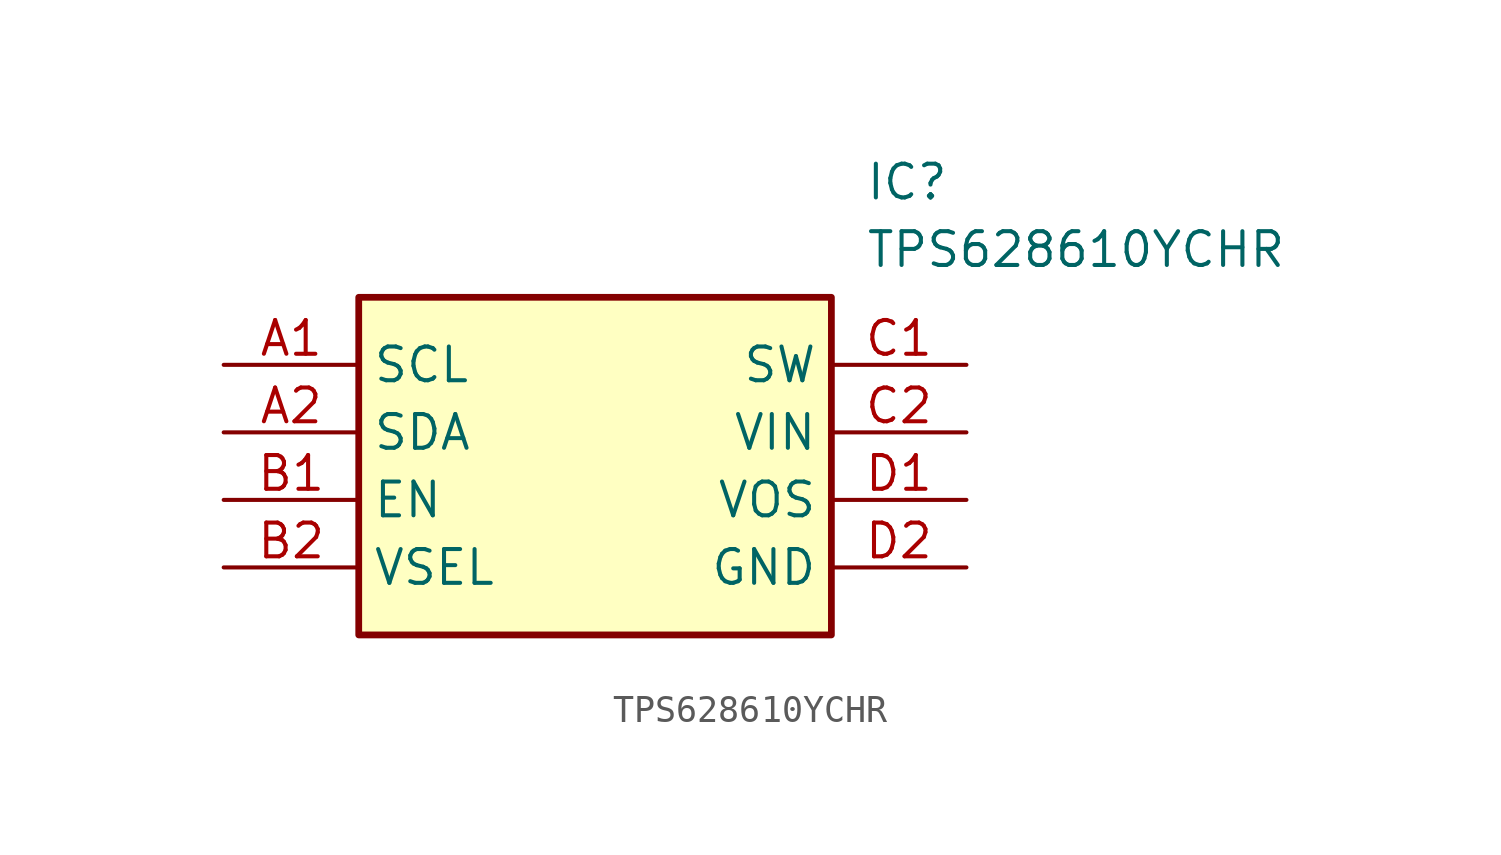
<source format=kicad_sym>
(kicad_symbol_lib
  (version 20211014)
  (generator SamacSys_ECAD_Model)
  (symbol "TPS628610YCHR"
    (property "Reference" "IC"
      (at 24.13 7.62 0)
      (effects (font (size 1.27 1.27)) (justify left top)))
    (property "Value" "TPS628610YCHR"
      (at 24.13 5.08 0)
      (effects (font (size 1.27 1.27)) (justify left top)))
    (rectangle
      (start 5.08 2.54)
      (end 22.86 -10.16)
      (stroke (width 0.254) (type default))
      (fill (type background)))
    (pin passive line
      (at 0 0 0)
      (length 5.08)
      (name "SCL" (effects (font (size 1.27 1.27))))
      (number "A1" (effects (font (size 1.27 1.27)))))
    (pin passive line
      (at 0 -2.54 0)
      (length 5.08)
      (name "SDA" (effects (font (size 1.27 1.27))))
      (number "A2" (effects (font (size 1.27 1.27)))))
    (pin passive line
      (at 0 -5.08 0)
      (length 5.08)
      (name "EN" (effects (font (size 1.27 1.27))))
      (number "B1" (effects (font (size 1.27 1.27)))))
    (pin passive line
      (at 0 -7.62 0)
      (length 5.08)
      (name "VSEL" (effects (font (size 1.27 1.27))))
      (number "B2" (effects (font (size 1.27 1.27)))))
    (pin passive line
      (at 27.94 0 180)
      (length 5.08)
      (name "SW" (effects (font (size 1.27 1.27))))
      (number "C1" (effects (font (size 1.27 1.27)))))
    (pin passive line
      (at 27.94 -2.54 180)
      (length 5.08)
      (name "VIN" (effects (font (size 1.27 1.27))))
      (number "C2" (effects (font (size 1.27 1.27)))))
    (pin passive line
      (at 27.94 -5.08 180)
      (length 5.08)
      (name "VOS" (effects (font (size 1.27 1.27))))
      (number "D1" (effects (font (size 1.27 1.27)))))
    (pin passive line
      (at 27.94 -7.62 180)
      (length 5.08)
      (name "GND" (effects (font (size 1.27 1.27))))
      (number "D2" (effects (font (size 1.27 1.27)))))))
</source>
